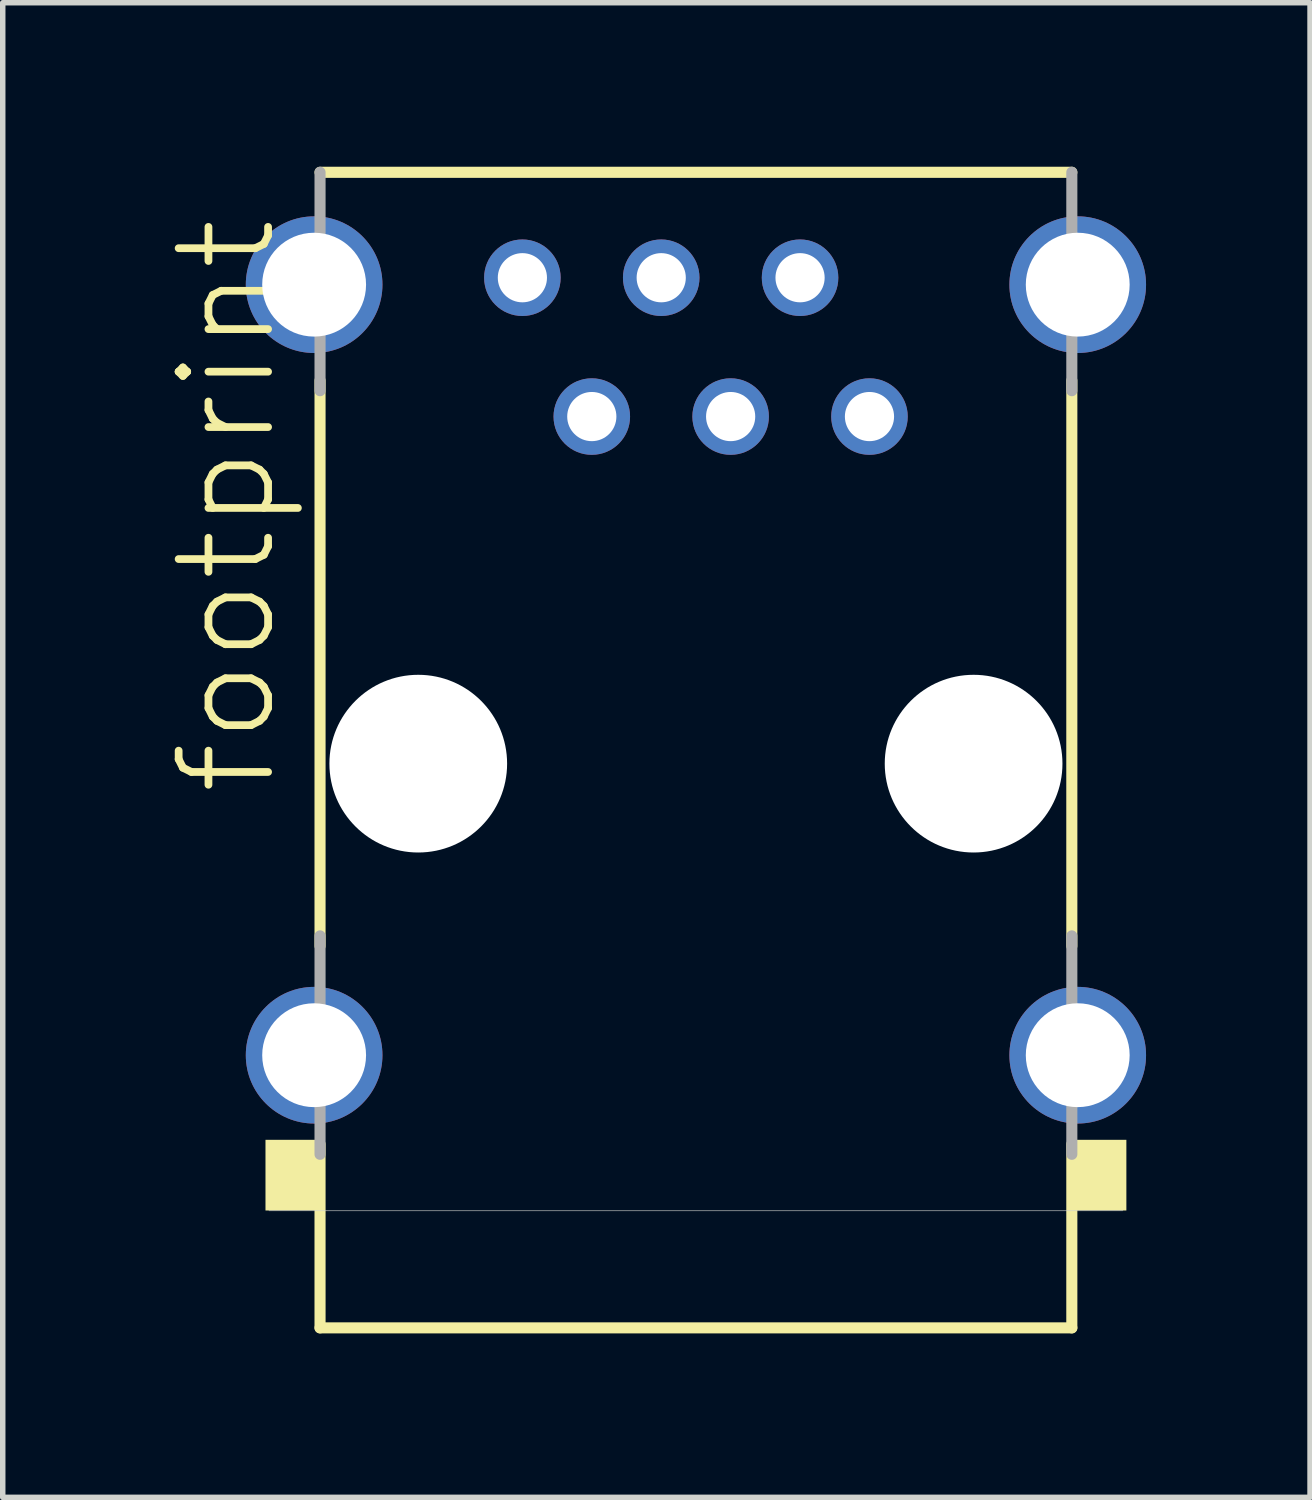
<source format=kicad_pcb>
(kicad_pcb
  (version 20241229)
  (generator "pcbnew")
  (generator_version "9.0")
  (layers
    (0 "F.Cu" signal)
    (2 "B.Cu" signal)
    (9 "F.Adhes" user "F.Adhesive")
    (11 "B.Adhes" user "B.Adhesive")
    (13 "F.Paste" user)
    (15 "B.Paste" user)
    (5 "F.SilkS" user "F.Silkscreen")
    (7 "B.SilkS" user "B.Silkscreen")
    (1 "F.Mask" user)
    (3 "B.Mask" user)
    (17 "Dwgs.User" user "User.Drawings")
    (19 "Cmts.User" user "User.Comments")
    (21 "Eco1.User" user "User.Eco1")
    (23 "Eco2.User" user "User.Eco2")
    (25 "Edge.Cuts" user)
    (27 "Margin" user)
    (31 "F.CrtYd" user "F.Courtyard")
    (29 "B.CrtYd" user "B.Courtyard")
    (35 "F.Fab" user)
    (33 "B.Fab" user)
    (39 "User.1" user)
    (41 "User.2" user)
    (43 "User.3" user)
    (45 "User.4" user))
  (footprint "footprint"
    (layer "F.Cu")
    (at 9.682 10.921)
    (property "Reference" "footprint" (at -7.62 0.635 90) (layer "F.SilkS") (effects (font (size 1.636 1.636) (thickness 0.142)) (justify left bottom)))
    (fp_line (start -6.877 -10.819) (end 6.877 -10.819) (stroke (width 0.203) (type solid)) (layer "F.SilkS"))
    (fp_line (start -6.877 3.337) (end -6.877 -7.009) (stroke (width 0.203) (type solid)) (layer "F.SilkS"))
    (fp_line (start -6.877 10.322) (end -6.877 6.961) (stroke (width 0.203) (type solid)) (layer "F.SilkS"))
    (fp_line (start 6.877 -7.009) (end 6.877 3.337) (stroke (width 0.203) (type solid)) (layer "F.SilkS"))
    (fp_line (start 6.877 6.961) (end 6.877 10.322) (stroke (width 0.203) (type solid)) (layer "F.SilkS"))
    (fp_line (start 6.877 10.322) (end -6.877 10.322) (stroke (width 0.203) (type solid)) (layer "F.SilkS"))
    (fp_poly (pts (xy -7.875 8.175) (xy -6.95 8.175) (xy -6.95 6.882) (xy -7.875 6.882)) (stroke (width 0) (type solid)) (fill yes) (layer "F.SilkS"))
    (fp_poly (pts (xy 6.95 8.175) (xy 7.875 8.175) (xy 7.875 6.882) (xy 6.95 6.882)) (stroke (width 0) (type solid)) (fill yes) (layer "F.SilkS"))
    (fp_line (start 7.811 8.18) (end -7.811 8.18) (stroke (width 0.01) (type solid)) (layer "Edge.Cuts"))
    (fp_line (start -6.877 -6.823) (end -6.877 -10.819) (stroke (width 0.203) (type solid)) (layer "F.Fab"))
    (fp_line (start -6.877 7.147) (end -6.877 3.151) (stroke (width 0.203) (type solid)) (layer "F.Fab"))
    (fp_line (start 6.877 -10.819) (end 6.877 -6.823) (stroke (width 0.203) (type solid)) (layer "F.Fab"))
    (fp_line (start 6.877 3.151) (end 6.877 7.147) (stroke (width 0.203) (type solid)) (layer "F.Fab"))
    (pad "" np_thru_hole circle (at -5.08 0) (size 3.251 3.251) (drill 3.251) (layers "*.Cu" "*.Mask"))
    (pad "" np_thru_hole circle (at 5.08 0) (size 3.251 3.251) (drill 3.251) (layers "*.Cu" "*.Mask"))
    (pad "1" thru_hole circle (at -3.175 -8.89) (size 1.4 1.4) (drill 0.9) (layers "*.Cu" "*.Mask"))
    (pad "2" thru_hole circle (at -1.905 -6.35) (size 1.4 1.4) (drill 0.9) (layers "*.Cu" "*.Mask"))
    (pad "3" thru_hole circle (at -0.635 -8.89) (size 1.4 1.4) (drill 0.9) (layers "*.Cu" "*.Mask"))
    (pad "4" thru_hole circle (at 0.635 -6.35) (size 1.4 1.4) (drill 0.9) (layers "*.Cu" "*.Mask"))
    (pad "5" thru_hole circle (at 1.905 -8.89) (size 1.4 1.4) (drill 0.9) (layers "*.Cu" "*.Mask"))
    (pad "6" thru_hole circle (at 3.175 -6.35) (size 1.4 1.4) (drill 0.9) (layers "*.Cu" "*.Mask"))
    (pad "S1" thru_hole circle (at -6.985 5.334) (size 2.5 2.5) (drill 1.9) (layers "*.Cu" "*.Mask"))
    (pad "S2" thru_hole circle (at 6.985 5.334) (size 2.5 2.5) (drill 1.9) (layers "*.Cu" "*.Mask"))
    (pad "S3" thru_hole circle (at -6.985 -8.763) (size 2.5 2.5) (drill 1.9) (layers "*.Cu" "*.Mask"))
    (pad "S4" thru_hole circle (at 6.985 -8.763) (size 2.5 2.5) (drill 1.9) (layers "*.Cu" "*.Mask")))
  (gr_rect
    (start -3 -3)
    (end 20.917 24.344)
    (stroke (width 0.1) (type default))
    (fill no)
    (layer "Edge.Cuts")))
</source>
